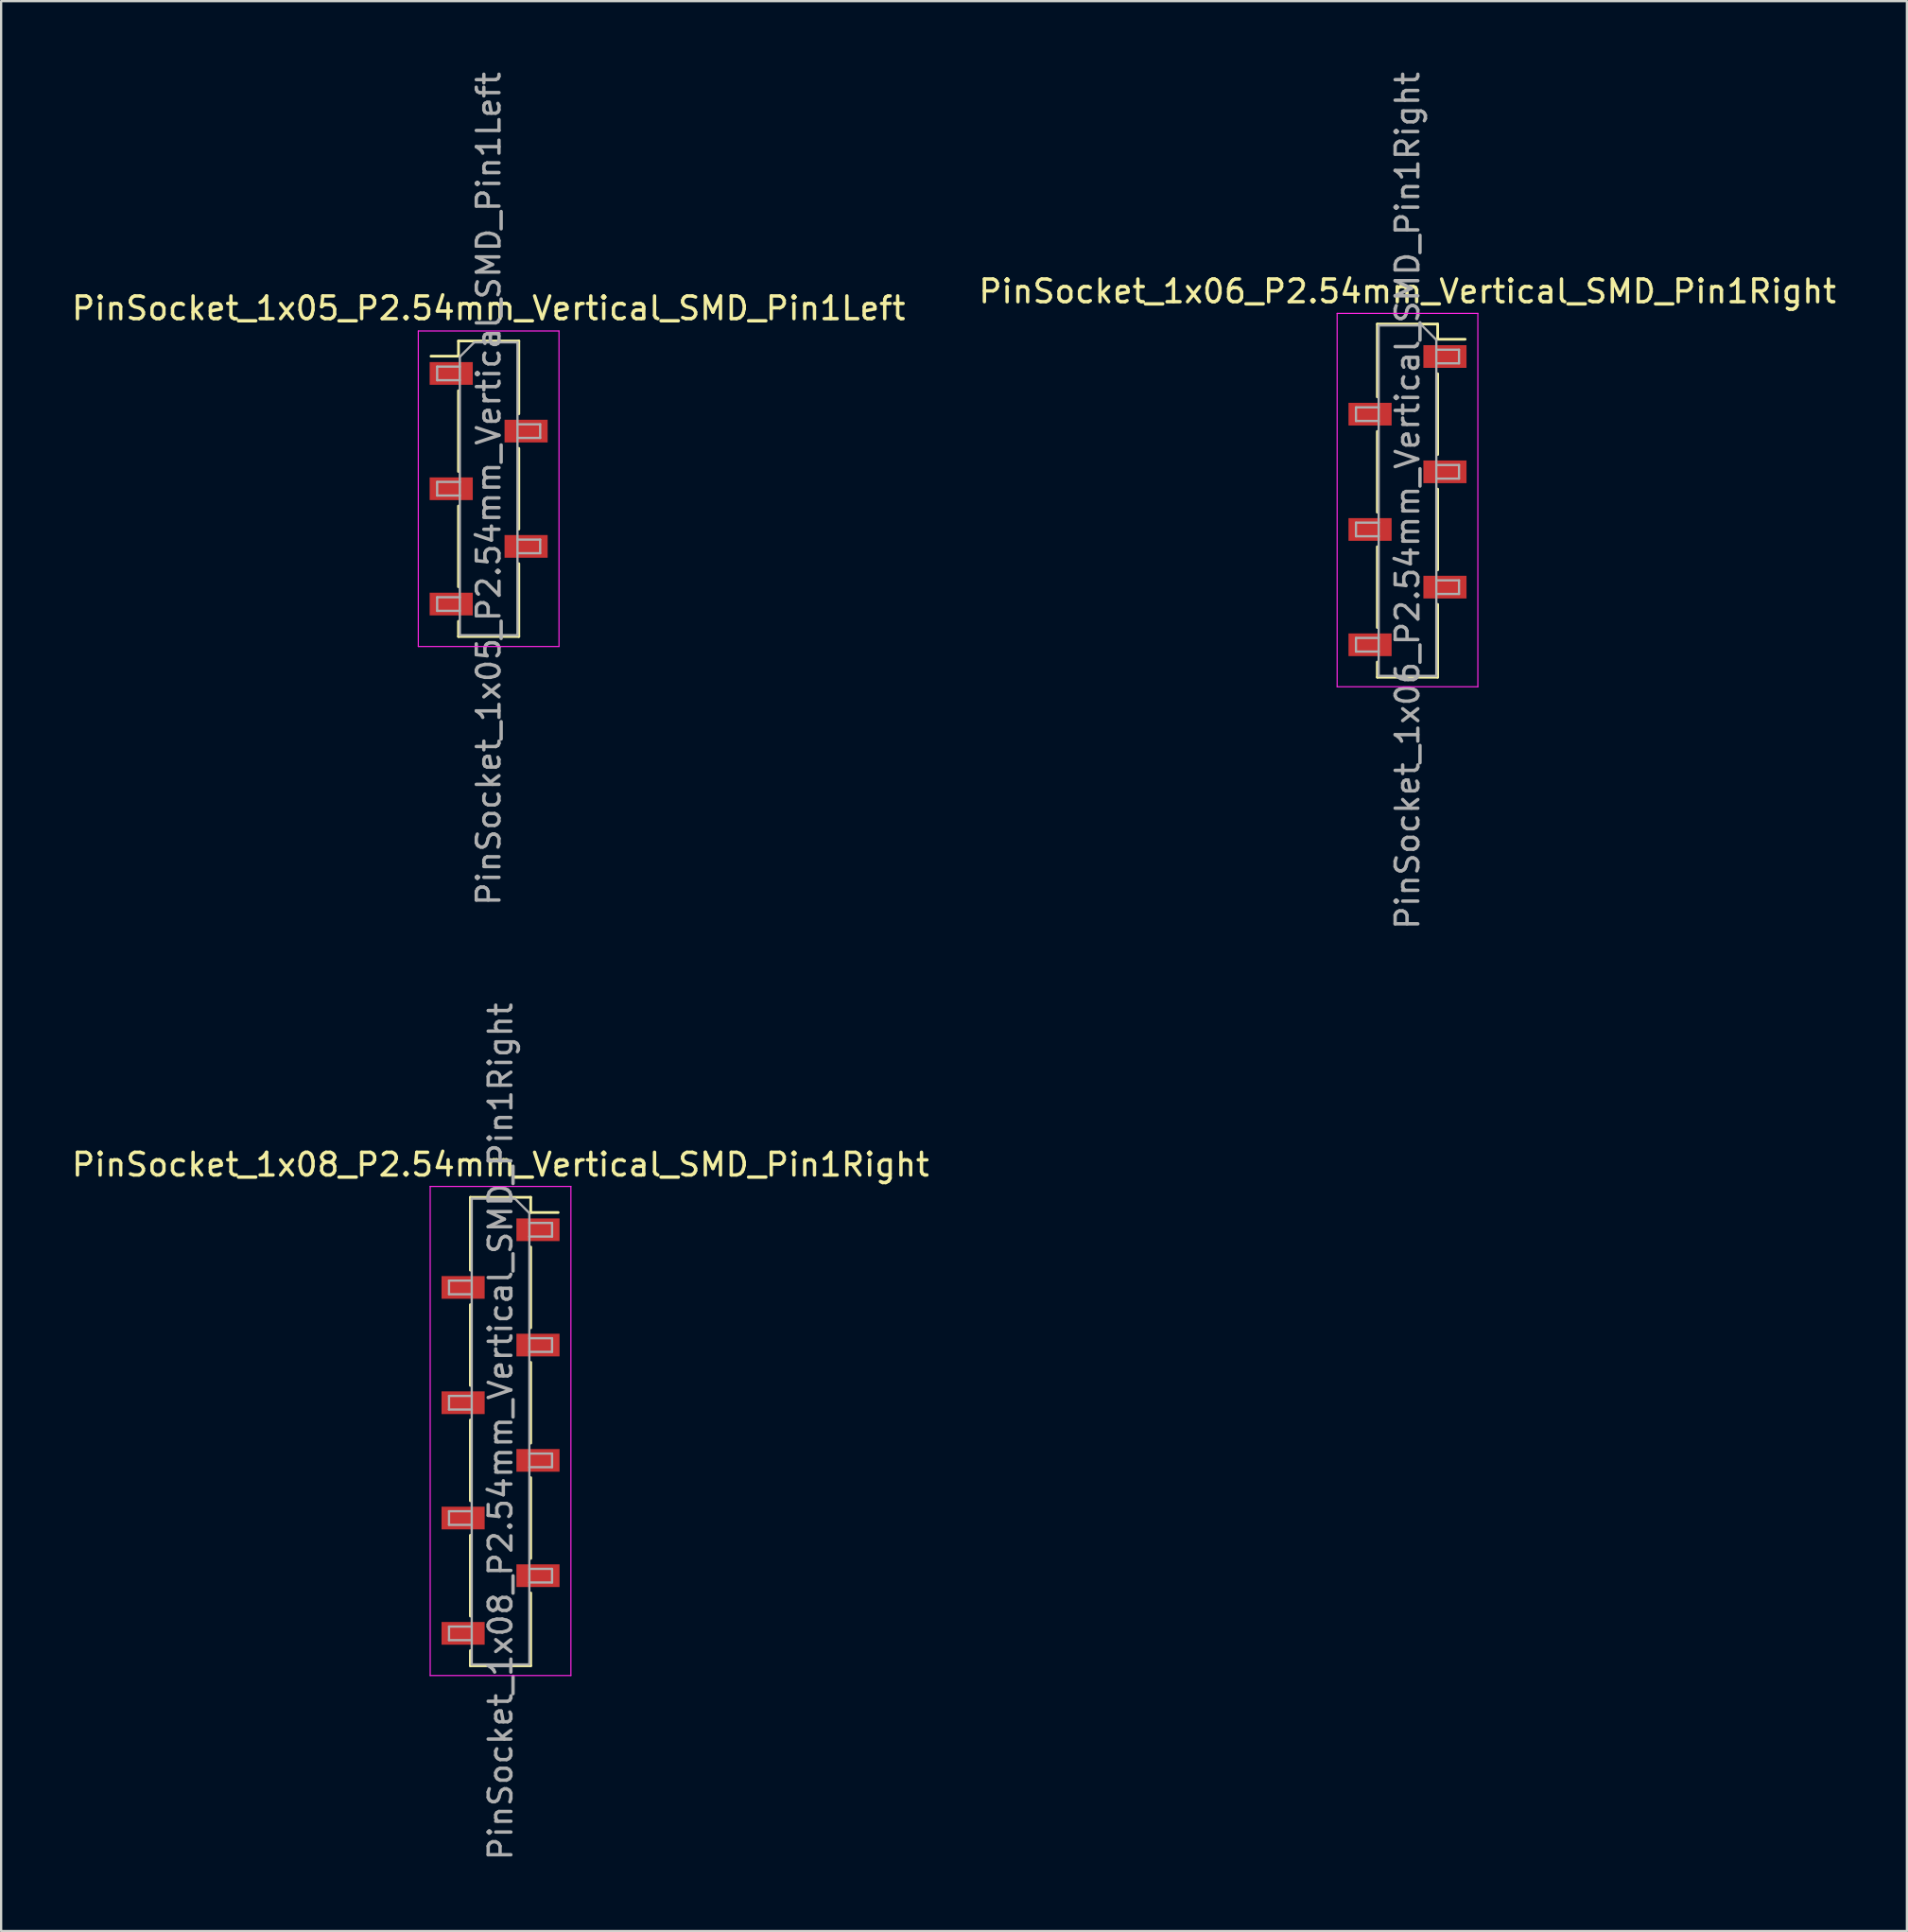
<source format=kicad_pcb>
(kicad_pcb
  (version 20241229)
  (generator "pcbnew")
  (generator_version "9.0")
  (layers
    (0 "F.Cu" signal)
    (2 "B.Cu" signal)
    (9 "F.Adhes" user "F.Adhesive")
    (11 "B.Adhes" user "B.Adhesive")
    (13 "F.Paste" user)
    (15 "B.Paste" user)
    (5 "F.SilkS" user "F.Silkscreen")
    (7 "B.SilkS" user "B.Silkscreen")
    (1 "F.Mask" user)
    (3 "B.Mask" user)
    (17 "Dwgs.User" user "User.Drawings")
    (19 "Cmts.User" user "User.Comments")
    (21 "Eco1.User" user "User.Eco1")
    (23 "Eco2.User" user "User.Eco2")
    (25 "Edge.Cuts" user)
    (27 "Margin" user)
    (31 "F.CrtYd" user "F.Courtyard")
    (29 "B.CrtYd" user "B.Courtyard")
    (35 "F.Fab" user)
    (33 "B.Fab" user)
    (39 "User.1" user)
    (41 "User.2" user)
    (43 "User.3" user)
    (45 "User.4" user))
  (footprint "PinSocket_1x06_P2.54mm_Vertical_SMD_Pin1Right"
    (layer "F.Cu")
    (at 58.97 19.006)
    (property "Reference" "PinSocket_1x06_P2.54mm_Vertical_SMD_Pin1Right" (at 0 -9.22 0) (layer "F.SilkS") (effects (font (size 1 1) (thickness 0.15))))
    (attr smd)
    (fp_line (start -1.33 -7.78) (end -1.33 -4.57) (stroke (width 0.12) (type solid)) (layer "F.SilkS"))
    (fp_line (start -1.33 -7.78) (end 1.33 -7.78) (stroke (width 0.12) (type solid)) (layer "F.SilkS"))
    (fp_line (start -1.33 -3.05) (end -1.33 0.51) (stroke (width 0.12) (type solid)) (layer "F.SilkS"))
    (fp_line (start -1.33 2.03) (end -1.33 5.59) (stroke (width 0.12) (type solid)) (layer "F.SilkS"))
    (fp_line (start -1.33 7.11) (end -1.33 7.78) (stroke (width 0.12) (type solid)) (layer "F.SilkS"))
    (fp_line (start -1.33 7.78) (end 1.33 7.78) (stroke (width 0.12) (type solid)) (layer "F.SilkS"))
    (fp_line (start 1.33 -7.78) (end 1.33 -7.11) (stroke (width 0.12) (type solid)) (layer "F.SilkS"))
    (fp_line (start 1.33 -7.11) (end 2.54 -7.11) (stroke (width 0.12) (type solid)) (layer "F.SilkS"))
    (fp_line (start 1.33 -5.59) (end 1.33 -2.03) (stroke (width 0.12) (type solid)) (layer "F.SilkS"))
    (fp_line (start 1.33 -0.51) (end 1.33 3.05) (stroke (width 0.12) (type solid)) (layer "F.SilkS"))
    (fp_line (start 1.33 4.57) (end 1.33 7.78) (stroke (width 0.12) (type solid)) (layer "F.SilkS"))
    (fp_line (start -3.1 -8.25) (end 3.1 -8.25) (stroke (width 0.05) (type solid)) (layer "F.CrtYd"))
    (fp_line (start -3.1 8.2) (end -3.1 -8.25) (stroke (width 0.05) (type solid)) (layer "F.CrtYd"))
    (fp_line (start 3.1 -8.25) (end 3.1 8.2) (stroke (width 0.05) (type solid)) (layer "F.CrtYd"))
    (fp_line (start 3.1 8.2) (end -3.1 8.2) (stroke (width 0.05) (type solid)) (layer "F.CrtYd"))
    (fp_line (start -2.27 -4.11) (end -1.27 -4.11) (stroke (width 0.1) (type solid)) (layer "F.Fab"))
    (fp_line (start -2.27 -3.51) (end -2.27 -4.11) (stroke (width 0.1) (type solid)) (layer "F.Fab"))
    (fp_line (start -2.27 0.97) (end -1.27 0.97) (stroke (width 0.1) (type solid)) (layer "F.Fab"))
    (fp_line (start -2.27 1.57) (end -2.27 0.97) (stroke (width 0.1) (type solid)) (layer "F.Fab"))
    (fp_line (start -2.27 6.05) (end -1.27 6.05) (stroke (width 0.1) (type solid)) (layer "F.Fab"))
    (fp_line (start -2.27 6.65) (end -2.27 6.05) (stroke (width 0.1) (type solid)) (layer "F.Fab"))
    (fp_line (start -1.27 -7.72) (end 0.635 -7.72) (stroke (width 0.1) (type solid)) (layer "F.Fab"))
    (fp_line (start -1.27 -3.51) (end -2.27 -3.51) (stroke (width 0.1) (type solid)) (layer "F.Fab"))
    (fp_line (start -1.27 1.57) (end -2.27 1.57) (stroke (width 0.1) (type solid)) (layer "F.Fab"))
    (fp_line (start -1.27 6.65) (end -2.27 6.65) (stroke (width 0.1) (type solid)) (layer "F.Fab"))
    (fp_line (start -1.27 7.72) (end -1.27 -7.72) (stroke (width 0.1) (type solid)) (layer "F.Fab"))
    (fp_line (start 0.635 -7.72) (end 1.27 -7.085) (stroke (width 0.1) (type solid)) (layer "F.Fab"))
    (fp_line (start 1.27 -7.085) (end 1.27 7.72) (stroke (width 0.1) (type solid)) (layer "F.Fab"))
    (fp_line (start 1.27 -6.65) (end 2.27 -6.65) (stroke (width 0.1) (type solid)) (layer "F.Fab"))
    (fp_line (start 1.27 -1.57) (end 2.27 -1.57) (stroke (width 0.1) (type solid)) (layer "F.Fab"))
    (fp_line (start 1.27 3.51) (end 2.27 3.51) (stroke (width 0.1) (type solid)) (layer "F.Fab"))
    (fp_line (start 1.27 7.72) (end -1.27 7.72) (stroke (width 0.1) (type solid)) (layer "F.Fab"))
    (fp_line (start 2.27 -6.65) (end 2.27 -6.05) (stroke (width 0.1) (type solid)) (layer "F.Fab"))
    (fp_line (start 2.27 -6.05) (end 1.27 -6.05) (stroke (width 0.1) (type solid)) (layer "F.Fab"))
    (fp_line (start 2.27 -1.57) (end 2.27 -0.97) (stroke (width 0.1) (type solid)) (layer "F.Fab"))
    (fp_line (start 2.27 -0.97) (end 1.27 -0.97) (stroke (width 0.1) (type solid)) (layer "F.Fab"))
    (fp_line (start 2.27 3.51) (end 2.27 4.11) (stroke (width 0.1) (type solid)) (layer "F.Fab"))
    (fp_line (start 2.27 4.11) (end 1.27 4.11) (stroke (width 0.1) (type solid)) (layer "F.Fab"))
    (fp_text user "${REFERENCE}" (at 0 0 90) (layer "F.Fab") (effects (font (size 1 1) (thickness 0.15))))
    (pad "1" smd rect (at 1.65 -6.35) (size 1.9 1) (layers "F.Cu" "F.Mask" "F.Paste"))
    (pad "2" smd rect (at -1.65 -3.81) (size 1.9 1) (layers "F.Cu" "F.Mask" "F.Paste"))
    (pad "3" smd rect (at 1.65 -1.27) (size 1.9 1) (layers "F.Cu" "F.Mask" "F.Paste"))
    (pad "4" smd rect (at -1.65 1.27) (size 1.9 1) (layers "F.Cu" "F.Mask" "F.Paste"))
    (pad "5" smd rect (at 1.65 3.81) (size 1.9 1) (layers "F.Cu" "F.Mask" "F.Paste"))
    (pad "6" smd rect (at -1.65 6.35) (size 1.9 1) (layers "F.Cu" "F.Mask" "F.Paste")))
  (footprint "PinSocket_1x05_P2.54mm_Vertical_SMD_Pin1Left"
    (layer "F.Cu")
    (at 18.482 18.482)
    (property "Reference" "PinSocket_1x05_P2.54mm_Vertical_SMD_Pin1Left" (at 0 -7.95 0) (layer "F.SilkS") (effects (font (size 1 1) (thickness 0.15))))
    (attr smd)
    (fp_line (start -2.54 -5.84) (end -1.33 -5.84) (stroke (width 0.12) (type solid)) (layer "F.SilkS"))
    (fp_line (start -1.33 -6.51) (end -1.33 -5.84) (stroke (width 0.12) (type solid)) (layer "F.SilkS"))
    (fp_line (start -1.33 -6.51) (end 1.33 -6.51) (stroke (width 0.12) (type solid)) (layer "F.SilkS"))
    (fp_line (start -1.33 -4.32) (end -1.33 -0.76) (stroke (width 0.12) (type solid)) (layer "F.SilkS"))
    (fp_line (start -1.33 0.76) (end -1.33 4.32) (stroke (width 0.12) (type solid)) (layer "F.SilkS"))
    (fp_line (start -1.33 5.84) (end -1.33 6.51) (stroke (width 0.12) (type solid)) (layer "F.SilkS"))
    (fp_line (start -1.33 6.51) (end 1.33 6.51) (stroke (width 0.12) (type solid)) (layer "F.SilkS"))
    (fp_line (start 1.33 -6.51) (end 1.33 -3.3) (stroke (width 0.12) (type solid)) (layer "F.SilkS"))
    (fp_line (start 1.33 -1.78) (end 1.33 1.78) (stroke (width 0.12) (type solid)) (layer "F.SilkS"))
    (fp_line (start 1.33 3.3) (end 1.33 6.51) (stroke (width 0.12) (type solid)) (layer "F.SilkS"))
    (fp_line (start -3.1 -6.95) (end 3.1 -6.95) (stroke (width 0.05) (type solid)) (layer "F.CrtYd"))
    (fp_line (start -3.1 6.95) (end -3.1 -6.95) (stroke (width 0.05) (type solid)) (layer "F.CrtYd"))
    (fp_line (start 3.1 -6.95) (end 3.1 6.95) (stroke (width 0.05) (type solid)) (layer "F.CrtYd"))
    (fp_line (start 3.1 6.95) (end -3.1 6.95) (stroke (width 0.05) (type solid)) (layer "F.CrtYd"))
    (fp_line (start -2.27 -5.38) (end -1.27 -5.38) (stroke (width 0.1) (type solid)) (layer "F.Fab"))
    (fp_line (start -2.27 -4.78) (end -2.27 -5.38) (stroke (width 0.1) (type solid)) (layer "F.Fab"))
    (fp_line (start -2.27 -0.3) (end -1.27 -0.3) (stroke (width 0.1) (type solid)) (layer "F.Fab"))
    (fp_line (start -2.27 0.3) (end -2.27 -0.3) (stroke (width 0.1) (type solid)) (layer "F.Fab"))
    (fp_line (start -2.27 4.78) (end -1.27 4.78) (stroke (width 0.1) (type solid)) (layer "F.Fab"))
    (fp_line (start -2.27 5.38) (end -2.27 4.78) (stroke (width 0.1) (type solid)) (layer "F.Fab"))
    (fp_line (start -1.27 -5.815) (end -0.635 -6.45) (stroke (width 0.1) (type solid)) (layer "F.Fab"))
    (fp_line (start -1.27 -4.78) (end -2.27 -4.78) (stroke (width 0.1) (type solid)) (layer "F.Fab"))
    (fp_line (start -1.27 0.3) (end -2.27 0.3) (stroke (width 0.1) (type solid)) (layer "F.Fab"))
    (fp_line (start -1.27 5.38) (end -2.27 5.38) (stroke (width 0.1) (type solid)) (layer "F.Fab"))
    (fp_line (start -1.27 6.45) (end -1.27 -5.815) (stroke (width 0.1) (type solid)) (layer "F.Fab"))
    (fp_line (start -0.635 -6.45) (end 1.27 -6.45) (stroke (width 0.1) (type solid)) (layer "F.Fab"))
    (fp_line (start 1.27 -6.45) (end 1.27 6.45) (stroke (width 0.1) (type solid)) (layer "F.Fab"))
    (fp_line (start 1.27 -2.84) (end 2.27 -2.84) (stroke (width 0.1) (type solid)) (layer "F.Fab"))
    (fp_line (start 1.27 2.24) (end 2.27 2.24) (stroke (width 0.1) (type solid)) (layer "F.Fab"))
    (fp_line (start 1.27 6.45) (end -1.27 6.45) (stroke (width 0.1) (type solid)) (layer "F.Fab"))
    (fp_line (start 2.27 -2.84) (end 2.27 -2.24) (stroke (width 0.1) (type solid)) (layer "F.Fab"))
    (fp_line (start 2.27 -2.24) (end 1.27 -2.24) (stroke (width 0.1) (type solid)) (layer "F.Fab"))
    (fp_line (start 2.27 2.24) (end 2.27 2.84) (stroke (width 0.1) (type solid)) (layer "F.Fab"))
    (fp_line (start 2.27 2.84) (end 1.27 2.84) (stroke (width 0.1) (type solid)) (layer "F.Fab"))
    (fp_text user "${REFERENCE}" (at 0 0 90) (layer "F.Fab") (effects (font (size 1 1) (thickness 0.15))))
    (pad "1" smd rect (at -1.65 -5.08) (size 1.9 1) (layers "F.Cu" "F.Mask" "F.Paste"))
    (pad "2" smd rect (at 1.65 -2.54) (size 1.9 1) (layers "F.Cu" "F.Mask" "F.Paste"))
    (pad "3" smd rect (at -1.65 0) (size 1.9 1) (layers "F.Cu" "F.Mask" "F.Paste"))
    (pad "4" smd rect (at 1.65 2.54) (size 1.9 1) (layers "F.Cu" "F.Mask" "F.Paste"))
    (pad "5" smd rect (at -1.65 5.08) (size 1.9 1) (layers "F.Cu" "F.Mask" "F.Paste")))
  (footprint "PinSocket_1x08_P2.54mm_Vertical_SMD_Pin1Right"
    (layer "F.Cu")
    (at 19.006 60.018)
    (property "Reference" "PinSocket_1x08_P2.54mm_Vertical_SMD_Pin1Right" (at 0 -11.76 0) (layer "F.SilkS") (effects (font (size 1 1) (thickness 0.15))))
    (attr smd)
    (fp_line (start -1.33 -10.32) (end -1.33 -7.11) (stroke (width 0.12) (type solid)) (layer "F.SilkS"))
    (fp_line (start -1.33 -10.32) (end 1.33 -10.32) (stroke (width 0.12) (type solid)) (layer "F.SilkS"))
    (fp_line (start -1.33 -5.59) (end -1.33 -2.03) (stroke (width 0.12) (type solid)) (layer "F.SilkS"))
    (fp_line (start -1.33 -0.51) (end -1.33 3.05) (stroke (width 0.12) (type solid)) (layer "F.SilkS"))
    (fp_line (start -1.33 4.57) (end -1.33 8.13) (stroke (width 0.12) (type solid)) (layer "F.SilkS"))
    (fp_line (start -1.33 9.65) (end -1.33 10.32) (stroke (width 0.12) (type solid)) (layer "F.SilkS"))
    (fp_line (start -1.33 10.32) (end 1.33 10.32) (stroke (width 0.12) (type solid)) (layer "F.SilkS"))
    (fp_line (start 1.33 -10.32) (end 1.33 -9.65) (stroke (width 0.12) (type solid)) (layer "F.SilkS"))
    (fp_line (start 1.33 -9.65) (end 2.54 -9.65) (stroke (width 0.12) (type solid)) (layer "F.SilkS"))
    (fp_line (start 1.33 -8.13) (end 1.33 -4.57) (stroke (width 0.12) (type solid)) (layer "F.SilkS"))
    (fp_line (start 1.33 -3.05) (end 1.33 0.51) (stroke (width 0.12) (type solid)) (layer "F.SilkS"))
    (fp_line (start 1.33 2.03) (end 1.33 5.59) (stroke (width 0.12) (type solid)) (layer "F.SilkS"))
    (fp_line (start 1.33 7.11) (end 1.33 10.32) (stroke (width 0.12) (type solid)) (layer "F.SilkS"))
    (fp_line (start -3.1 -10.8) (end 3.1 -10.8) (stroke (width 0.05) (type solid)) (layer "F.CrtYd"))
    (fp_line (start -3.1 10.75) (end -3.1 -10.8) (stroke (width 0.05) (type solid)) (layer "F.CrtYd"))
    (fp_line (start 3.1 -10.8) (end 3.1 10.75) (stroke (width 0.05) (type solid)) (layer "F.CrtYd"))
    (fp_line (start 3.1 10.75) (end -3.1 10.75) (stroke (width 0.05) (type solid)) (layer "F.CrtYd"))
    (fp_line (start -2.27 -6.65) (end -1.27 -6.65) (stroke (width 0.1) (type solid)) (layer "F.Fab"))
    (fp_line (start -2.27 -6.05) (end -2.27 -6.65) (stroke (width 0.1) (type solid)) (layer "F.Fab"))
    (fp_line (start -2.27 -1.57) (end -1.27 -1.57) (stroke (width 0.1) (type solid)) (layer "F.Fab"))
    (fp_line (start -2.27 -0.97) (end -2.27 -1.57) (stroke (width 0.1) (type solid)) (layer "F.Fab"))
    (fp_line (start -2.27 3.51) (end -1.27 3.51) (stroke (width 0.1) (type solid)) (layer "F.Fab"))
    (fp_line (start -2.27 4.11) (end -2.27 3.51) (stroke (width 0.1) (type solid)) (layer "F.Fab"))
    (fp_line (start -2.27 8.59) (end -1.27 8.59) (stroke (width 0.1) (type solid)) (layer "F.Fab"))
    (fp_line (start -2.27 9.19) (end -2.27 8.59) (stroke (width 0.1) (type solid)) (layer "F.Fab"))
    (fp_line (start -1.27 -10.26) (end 0.635 -10.26) (stroke (width 0.1) (type solid)) (layer "F.Fab"))
    (fp_line (start -1.27 -6.05) (end -2.27 -6.05) (stroke (width 0.1) (type solid)) (layer "F.Fab"))
    (fp_line (start -1.27 -0.97) (end -2.27 -0.97) (stroke (width 0.1) (type solid)) (layer "F.Fab"))
    (fp_line (start -1.27 4.11) (end -2.27 4.11) (stroke (width 0.1) (type solid)) (layer "F.Fab"))
    (fp_line (start -1.27 9.19) (end -2.27 9.19) (stroke (width 0.1) (type solid)) (layer "F.Fab"))
    (fp_line (start -1.27 10.26) (end -1.27 -10.26) (stroke (width 0.1) (type solid)) (layer "F.Fab"))
    (fp_line (start 0.635 -10.26) (end 1.27 -9.625) (stroke (width 0.1) (type solid)) (layer "F.Fab"))
    (fp_line (start 1.27 -9.625) (end 1.27 10.26) (stroke (width 0.1) (type solid)) (layer "F.Fab"))
    (fp_line (start 1.27 -9.19) (end 2.27 -9.19) (stroke (width 0.1) (type solid)) (layer "F.Fab"))
    (fp_line (start 1.27 -4.11) (end 2.27 -4.11) (stroke (width 0.1) (type solid)) (layer "F.Fab"))
    (fp_line (start 1.27 0.97) (end 2.27 0.97) (stroke (width 0.1) (type solid)) (layer "F.Fab"))
    (fp_line (start 1.27 6.05) (end 2.27 6.05) (stroke (width 0.1) (type solid)) (layer "F.Fab"))
    (fp_line (start 1.27 10.26) (end -1.27 10.26) (stroke (width 0.1) (type solid)) (layer "F.Fab"))
    (fp_line (start 2.27 -9.19) (end 2.27 -8.59) (stroke (width 0.1) (type solid)) (layer "F.Fab"))
    (fp_line (start 2.27 -8.59) (end 1.27 -8.59) (stroke (width 0.1) (type solid)) (layer "F.Fab"))
    (fp_line (start 2.27 -4.11) (end 2.27 -3.51) (stroke (width 0.1) (type solid)) (layer "F.Fab"))
    (fp_line (start 2.27 -3.51) (end 1.27 -3.51) (stroke (width 0.1) (type solid)) (layer "F.Fab"))
    (fp_line (start 2.27 0.97) (end 2.27 1.57) (stroke (width 0.1) (type solid)) (layer "F.Fab"))
    (fp_line (start 2.27 1.57) (end 1.27 1.57) (stroke (width 0.1) (type solid)) (layer "F.Fab"))
    (fp_line (start 2.27 6.05) (end 2.27 6.65) (stroke (width 0.1) (type solid)) (layer "F.Fab"))
    (fp_line (start 2.27 6.65) (end 1.27 6.65) (stroke (width 0.1) (type solid)) (layer "F.Fab"))
    (fp_text user "${REFERENCE}" (at 0 0 90) (layer "F.Fab") (effects (font (size 1 1) (thickness 0.15))))
    (pad "1" smd rect (at 1.65 -8.89) (size 1.9 1) (layers "F.Cu" "F.Mask" "F.Paste"))
    (pad "2" smd rect (at -1.65 -6.35) (size 1.9 1) (layers "F.Cu" "F.Mask" "F.Paste"))
    (pad "3" smd rect (at 1.65 -3.81) (size 1.9 1) (layers "F.Cu" "F.Mask" "F.Paste"))
    (pad "4" smd rect (at -1.65 -1.27) (size 1.9 1) (layers "F.Cu" "F.Mask" "F.Paste"))
    (pad "5" smd rect (at 1.65 1.27) (size 1.9 1) (layers "F.Cu" "F.Mask" "F.Paste"))
    (pad "6" smd rect (at -1.65 3.81) (size 1.9 1) (layers "F.Cu" "F.Mask" "F.Paste"))
    (pad "7" smd rect (at 1.65 6.35) (size 1.9 1) (layers "F.Cu" "F.Mask" "F.Paste"))
    (pad "8" smd rect (at -1.65 8.89) (size 1.9 1) (layers "F.Cu" "F.Mask" "F.Paste")))
  (gr_rect
    (start -3 -3)
    (end 80.976 82.024)
    (stroke (width 0.1) (type default))
    (fill no)
    (layer "Edge.Cuts")))
</source>
